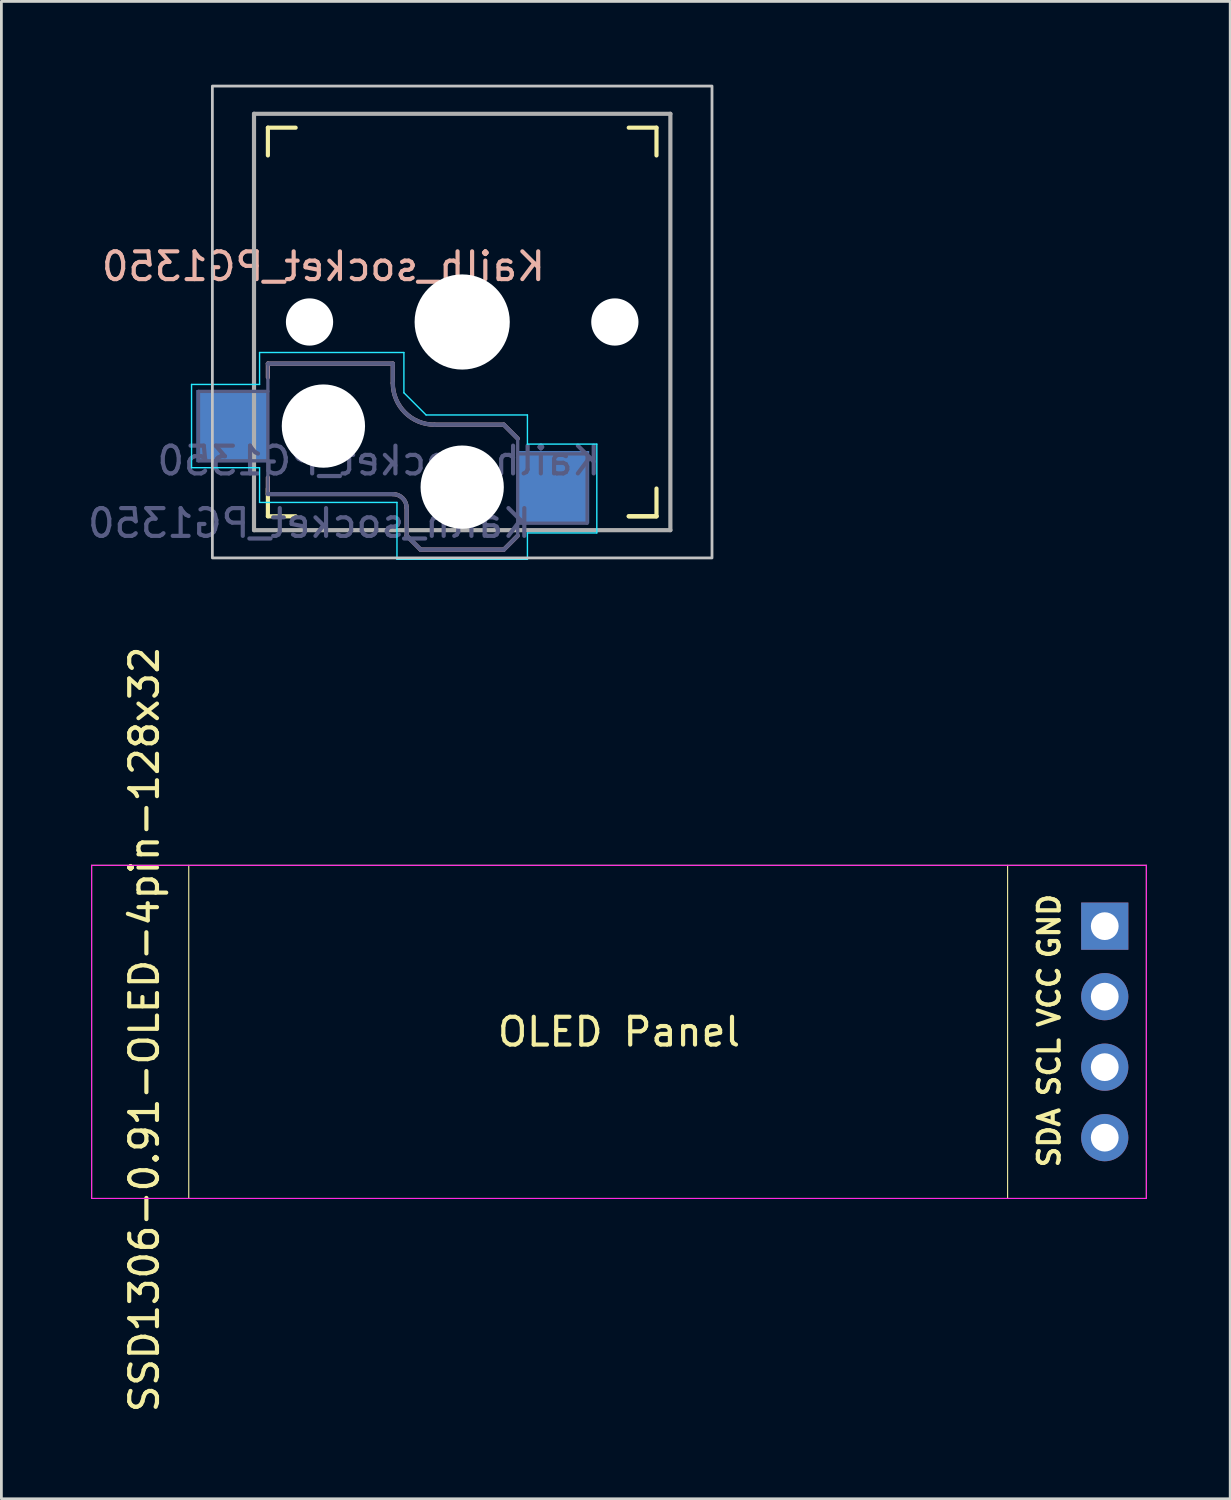
<source format=kicad_pcb>
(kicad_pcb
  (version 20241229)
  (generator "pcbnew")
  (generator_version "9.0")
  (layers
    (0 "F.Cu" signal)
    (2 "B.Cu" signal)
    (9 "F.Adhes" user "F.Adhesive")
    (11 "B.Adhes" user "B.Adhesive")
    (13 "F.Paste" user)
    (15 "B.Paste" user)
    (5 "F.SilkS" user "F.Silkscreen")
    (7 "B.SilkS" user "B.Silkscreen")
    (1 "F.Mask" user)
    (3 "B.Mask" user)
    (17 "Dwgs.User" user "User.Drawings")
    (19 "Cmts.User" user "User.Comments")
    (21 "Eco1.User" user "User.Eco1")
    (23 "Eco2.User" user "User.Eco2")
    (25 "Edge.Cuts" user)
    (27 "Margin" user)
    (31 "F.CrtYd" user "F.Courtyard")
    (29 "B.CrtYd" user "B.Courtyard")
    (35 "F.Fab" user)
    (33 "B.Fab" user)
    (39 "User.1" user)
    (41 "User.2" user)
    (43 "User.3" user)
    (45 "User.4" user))
  (footprint "SSD1306-0.91-OLED-4pin-128x32"
    (layer "F.Cu")
    (at 0.25 28.126)
    (property "Reference" "SSD1306-0.91-OLED-4pin-128x32" (at 1.9 5.91 90) (layer "F.SilkS") (effects (font (size 1 1) (thickness 0.15))))
    (attr through_hole)
    (fp_line (start 0 0) (end 0 12) (stroke (width 0.04) (type solid)) (layer "F.SilkS"))
    (fp_line (start 0 12) (end 38 12) (stroke (width 0.04) (type solid)) (layer "F.SilkS"))
    (fp_line (start 3.5 0) (end 3.5 12) (stroke (width 0.04) (type solid)) (layer "F.SilkS"))
    (fp_line (start 33 0) (end 33 12) (stroke (width 0.04) (type solid)) (layer "F.SilkS"))
    (fp_line (start 38 0) (end 0 0) (stroke (width 0.04) (type solid)) (layer "F.SilkS"))
    (fp_line (start 38 12) (end 38 0) (stroke (width 0.04) (type solid)) (layer "F.SilkS"))
    (fp_line (start 0 0) (end 0 12) (stroke (width 0.04) (type solid)) (layer "F.CrtYd"))
    (fp_line (start 0 12) (end 38 12) (stroke (width 0.04) (type solid)) (layer "F.CrtYd"))
    (fp_line (start 38 0) (end 0 0) (stroke (width 0.04) (type solid)) (layer "F.CrtYd"))
    (fp_line (start 38 12) (end 38 0) (stroke (width 0.04) (type solid)) (layer "F.CrtYd"))
    (fp_text user "SCL" (at 34.5 7.27 270) (layer "F.SilkS") (effects (font (size 0.75 0.75) (thickness 0.15))))
    (fp_text user "SDA" (at 34.5 9.81 270) (layer "F.SilkS") (effects (font (size 0.75 0.75) (thickness 0.15))))
    (fp_text user "VCC" (at 34.5 4.73 270) (layer "F.SilkS") (effects (font (size 0.75 0.75) (thickness 0.15))))
    (fp_text user "GND" (at 34.5 2.19 270) (layer "F.SilkS") (effects (font (size 0.75 0.75) (thickness 0.15))))
    (fp_text user "OLED Panel" (at 19 6 0) (layer "F.SilkS") (effects (font (size 1 1) (thickness 0.15))))
    (pad "1" thru_hole rect (at 36.5 2.19) (size 1.7 1.7) (drill 1) (layers "*.Cu" "*.Mask"))
    (pad "2" thru_hole oval (at 36.5 4.73) (size 1.7 1.7) (drill 1) (layers "*.Cu" "*.Mask"))
    (pad "3" thru_hole oval (at 36.5 7.27) (size 1.7 1.7) (drill 1) (layers "*.Cu" "*.Mask"))
    (pad "4" thru_hole oval (at 36.5 9.81) (size 1.7 1.7) (drill 1) (layers "*.Cu" "*.Mask")))
  (footprint "Kailh_socket_PG1350"
    (layer "F.Cu")
    (at 13.601 8.55)
    (property "Reference" "Kailh_socket_PG1350" (at -5 -2 0) (layer "B.SilkS") (effects (font (size 1 1) (thickness 0.15)) (justify mirror)))
    (property "Value" "Kailh_socket_PG1350" (at 0 0 0) (layer "F.Fab") (hide yes) (effects (font (size 1 1) (thickness 0.15))))
    (attr smd)
    (fp_line (start -7 -6) (end -7 -7) (stroke (width 0.15) (type solid)) (layer "F.SilkS"))
    (fp_line (start -7 7) (end -7 6) (stroke (width 0.15) (type solid)) (layer "F.SilkS"))
    (fp_line (start -7 7) (end -6 7) (stroke (width 0.15) (type solid)) (layer "F.SilkS"))
    (fp_line (start -6 -7) (end -7 -7) (stroke (width 0.15) (type solid)) (layer "F.SilkS"))
    (fp_line (start 6 7) (end 7 7) (stroke (width 0.15) (type solid)) (layer "F.SilkS"))
    (fp_line (start 7 -7) (end 6 -7) (stroke (width 0.15) (type solid)) (layer "F.SilkS"))
    (fp_line (start 7 -7) (end 7 -6) (stroke (width 0.15) (type solid)) (layer "F.SilkS"))
    (fp_line (start 7 6) (end 7 7) (stroke (width 0.15) (type solid)) (layer "F.SilkS"))
    (fp_line (start 7 7) (end 6 7) (stroke (width 0.15) (type solid)) (layer "F.SilkS"))
    (fp_line (start -7 1.5) (end -7 2) (stroke (width 0.15) (type solid)) (layer "B.SilkS"))
    (fp_line (start -7 5.6) (end -7 6.2) (stroke (width 0.15) (type solid)) (layer "B.SilkS"))
    (fp_line (start -7 6.2) (end -2.5 6.2) (stroke (width 0.15) (type solid)) (layer "B.SilkS"))
    (fp_line (start -2.5 1.5) (end -7 1.5) (stroke (width 0.15) (type solid)) (layer "B.SilkS"))
    (fp_line (start -2.5 2.2) (end -2.5 1.5) (stroke (width 0.15) (type solid)) (layer "B.SilkS"))
    (fp_line (start -2 6.7) (end -2 7.7) (stroke (width 0.15) (type solid)) (layer "B.SilkS"))
    (fp_line (start -1.5 8.2) (end -2 7.7) (stroke (width 0.15) (type solid)) (layer "B.SilkS"))
    (fp_line (start 1.5 3.7) (end -1 3.7) (stroke (width 0.15) (type solid)) (layer "B.SilkS"))
    (fp_line (start 1.5 8.2) (end -1.5 8.2) (stroke (width 0.15) (type solid)) (layer "B.SilkS"))
    (fp_line (start 2 4.2) (end 1.5 3.7) (stroke (width 0.15) (type solid)) (layer "B.SilkS"))
    (fp_line (start 2 7.7) (end 1.5 8.2) (stroke (width 0.15) (type solid)) (layer "B.SilkS"))
    (fp_arc (start -2.5 6.2) (mid -2.146447 6.346447) (end -2 6.7) (stroke (width 0.15) (type solid)) (layer "B.SilkS"))
    (fp_arc (start -1 3.7) (mid -2.06066 3.26066) (end -2.5 2.2) (stroke (width 0.15) (type solid)) (layer "B.SilkS"))
    (fp_rect (start -9 -8.5) (end 9 8.5) (stroke (width 0.1) (type default)) (fill no) (layer "Dwgs.User"))
    (fp_line (start -6.9 6.9) (end -6.9 -6.9) (stroke (width 0.15) (type solid)) (layer "Eco2.User"))
    (fp_line (start -6.9 6.9) (end 6.9 6.9) (stroke (width 0.15) (type solid)) (layer "Eco2.User"))
    (fp_line (start -2.6 -3.1) (end -2.6 -6.3) (stroke (width 0.15) (type solid)) (layer "Eco2.User"))
    (fp_line (start -2.6 -3.1) (end 2.6 -3.1) (stroke (width 0.15) (type solid)) (layer "Eco2.User"))
    (fp_line (start 2.6 -6.3) (end -2.6 -6.3) (stroke (width 0.15) (type solid)) (layer "Eco2.User"))
    (fp_line (start 2.6 -3.1) (end 2.6 -6.3) (stroke (width 0.15) (type solid)) (layer "Eco2.User"))
    (fp_line (start 6.9 -6.9) (end -6.9 -6.9) (stroke (width 0.15) (type solid)) (layer "Eco2.User"))
    (fp_line (start 6.9 -6.9) (end 6.9 6.9) (stroke (width 0.15) (type solid)) (layer "Eco2.User"))
    (fp_line (start -9.75 2.25) (end -9.75 5.25) (stroke (width 0.05) (type default)) (layer "B.CrtYd"))
    (fp_line (start -9.75 2.25) (end -7.3 2.25) (stroke (width 0.05) (type default)) (layer "B.CrtYd"))
    (fp_line (start -9.75 5.25) (end -7.3 5.25) (stroke (width 0.05) (type default)) (layer "B.CrtYd"))
    (fp_line (start -7.3 1.1) (end -2.1 1.1) (stroke (width 0.05) (type default)) (layer "B.CrtYd"))
    (fp_line (start -7.3 2.25) (end -7.3 1.1) (stroke (width 0.05) (type default)) (layer "B.CrtYd"))
    (fp_line (start -7.3 5.25) (end -7.3 6.5) (stroke (width 0.05) (type default)) (layer "B.CrtYd"))
    (fp_line (start -7.3 6.5) (end -2.35 6.5) (stroke (width 0.05) (type default)) (layer "B.CrtYd"))
    (fp_line (start -2.35 8.55) (end -2.35 6.5) (stroke (width 0.05) (type default)) (layer "B.CrtYd"))
    (fp_line (start -2.1 2.55) (end -2.1 1.1) (stroke (width 0.05) (type default)) (layer "B.CrtYd"))
    (fp_line (start -1.3 3.35) (end -2.1 2.55) (stroke (width 0.05) (type default)) (layer "B.CrtYd"))
    (fp_line (start 2.35 3.35) (end -1.3 3.35) (stroke (width 0.05) (type default)) (layer "B.CrtYd"))
    (fp_line (start 2.35 4.4) (end 2.35 3.35) (stroke (width 0.05) (type default)) (layer "B.CrtYd"))
    (fp_line (start 2.35 7.6) (end 2.35 8.55) (stroke (width 0.05) (type default)) (layer "B.CrtYd"))
    (fp_line (start 2.35 8.55) (end -2.35 8.55) (stroke (width 0.05) (type default)) (layer "B.CrtYd"))
    (fp_line (start 4.85 4.4) (end 2.35 4.4) (stroke (width 0.05) (type default)) (layer "B.CrtYd"))
    (fp_line (start 4.85 4.4) (end 4.85 7.6) (stroke (width 0.05) (type default)) (layer "B.CrtYd"))
    (fp_line (start 4.85 7.6) (end 2.35 7.6) (stroke (width 0.05) (type default)) (layer "B.CrtYd"))
    (fp_line (start -9.5 2.5) (end -7 2.5) (stroke (width 0.12) (type solid)) (layer "B.Fab"))
    (fp_line (start -9.5 5) (end -9.5 2.5) (stroke (width 0.12) (type solid)) (layer "B.Fab"))
    (fp_line (start -7 1.5) (end -7 6.2) (stroke (width 0.12) (type solid)) (layer "B.Fab"))
    (fp_line (start -7 5) (end -9.5 5) (stroke (width 0.12) (type solid)) (layer "B.Fab"))
    (fp_line (start -7 6.2) (end -2.5 6.2) (stroke (width 0.15) (type solid)) (layer "B.Fab"))
    (fp_line (start -2.5 1.5) (end -7 1.5) (stroke (width 0.15) (type solid)) (layer "B.Fab"))
    (fp_line (start -2.5 2.2) (end -2.5 1.5) (stroke (width 0.15) (type solid)) (layer "B.Fab"))
    (fp_line (start -2 6.7) (end -2 7.7) (stroke (width 0.15) (type solid)) (layer "B.Fab"))
    (fp_line (start -1.5 8.2) (end -2 7.7) (stroke (width 0.15) (type solid)) (layer "B.Fab"))
    (fp_line (start 1.5 3.7) (end -1 3.7) (stroke (width 0.15) (type solid)) (layer "B.Fab"))
    (fp_line (start 1.5 8.2) (end -1.5 8.2) (stroke (width 0.15) (type solid)) (layer "B.Fab"))
    (fp_line (start 2 4.2) (end 1.5 3.7) (stroke (width 0.15) (type solid)) (layer "B.Fab"))
    (fp_line (start 2 4.25) (end 2 7.7) (stroke (width 0.12) (type solid)) (layer "B.Fab"))
    (fp_line (start 2 4.75) (end 4.5 4.75) (stroke (width 0.12) (type solid)) (layer "B.Fab"))
    (fp_line (start 2 7.7) (end 1.5 8.2) (stroke (width 0.15) (type solid)) (layer "B.Fab"))
    (fp_line (start 4.5 4.75) (end 4.5 7.25) (stroke (width 0.12) (type solid)) (layer "B.Fab"))
    (fp_line (start 4.5 7.25) (end 2 7.25) (stroke (width 0.12) (type solid)) (layer "B.Fab"))
    (fp_arc (start -2.5 6.2) (mid -2.146447 6.346447) (end -2 6.7) (stroke (width 0.15) (type solid)) (layer "B.Fab"))
    (fp_arc (start -1 3.7) (mid -2.06066 3.26066) (end -2.5 2.2) (stroke (width 0.15) (type solid)) (layer "B.Fab"))
    (fp_line (start -7.5 -7.5) (end 7.5 -7.5) (stroke (width 0.15) (type solid)) (layer "F.Fab"))
    (fp_line (start -7.5 7.5) (end -7.5 -7.5) (stroke (width 0.15) (type solid)) (layer "F.Fab"))
    (fp_line (start 7.5 -7.5) (end 7.5 7.5) (stroke (width 0.15) (type solid)) (layer "F.Fab"))
    (fp_line (start 7.5 7.5) (end -7.5 7.5) (stroke (width 0.15) (type solid)) (layer "F.Fab"))
    (fp_text user "${VALUE}" (at -5.5 7.25 0) (layer "B.Fab") (effects (font (size 1 1) (thickness 0.15)) (justify mirror)))
    (fp_text user "${REFERENCE}" (at -3 5 0) (layer "B.Fab") (effects (font (size 1 1) (thickness 0.15)) (justify mirror)))
    (pad "" np_thru_hole circle (at -5.5 0) (size 1.702 1.702) (drill 1.702) (layers "*.Cu"))
    (pad "" np_thru_hole circle (at -5 3.75) (size 3 3) (drill 3) (layers "*.Cu"))
    (pad "" np_thru_hole circle (at 0 0) (size 3.429 3.429) (drill 3.429) (layers "*.Cu"))
    (pad "" np_thru_hole circle (at 0 5.95) (size 3 3) (drill 3) (layers "*.Cu"))
    (pad "" np_thru_hole circle (at 5.5 0) (size 1.702 1.702) (drill 1.702) (layers "*.Cu"))
    (pad "1" smd rect (at 3.275 5.95) (size 2.6 2.6) (layers "B.Cu" "B.Mask" "B.Paste"))
    (pad "2" smd rect (at -8.275 3.75) (size 2.6 2.6) (layers "B.Cu" "B.Mask" "B.Paste")))
  (gr_rect
    (start -3 -3)
    (end 41.27 50.946)
    (stroke (width 0.1) (type default))
    (fill no)
    (layer "Edge.Cuts")))
</source>
